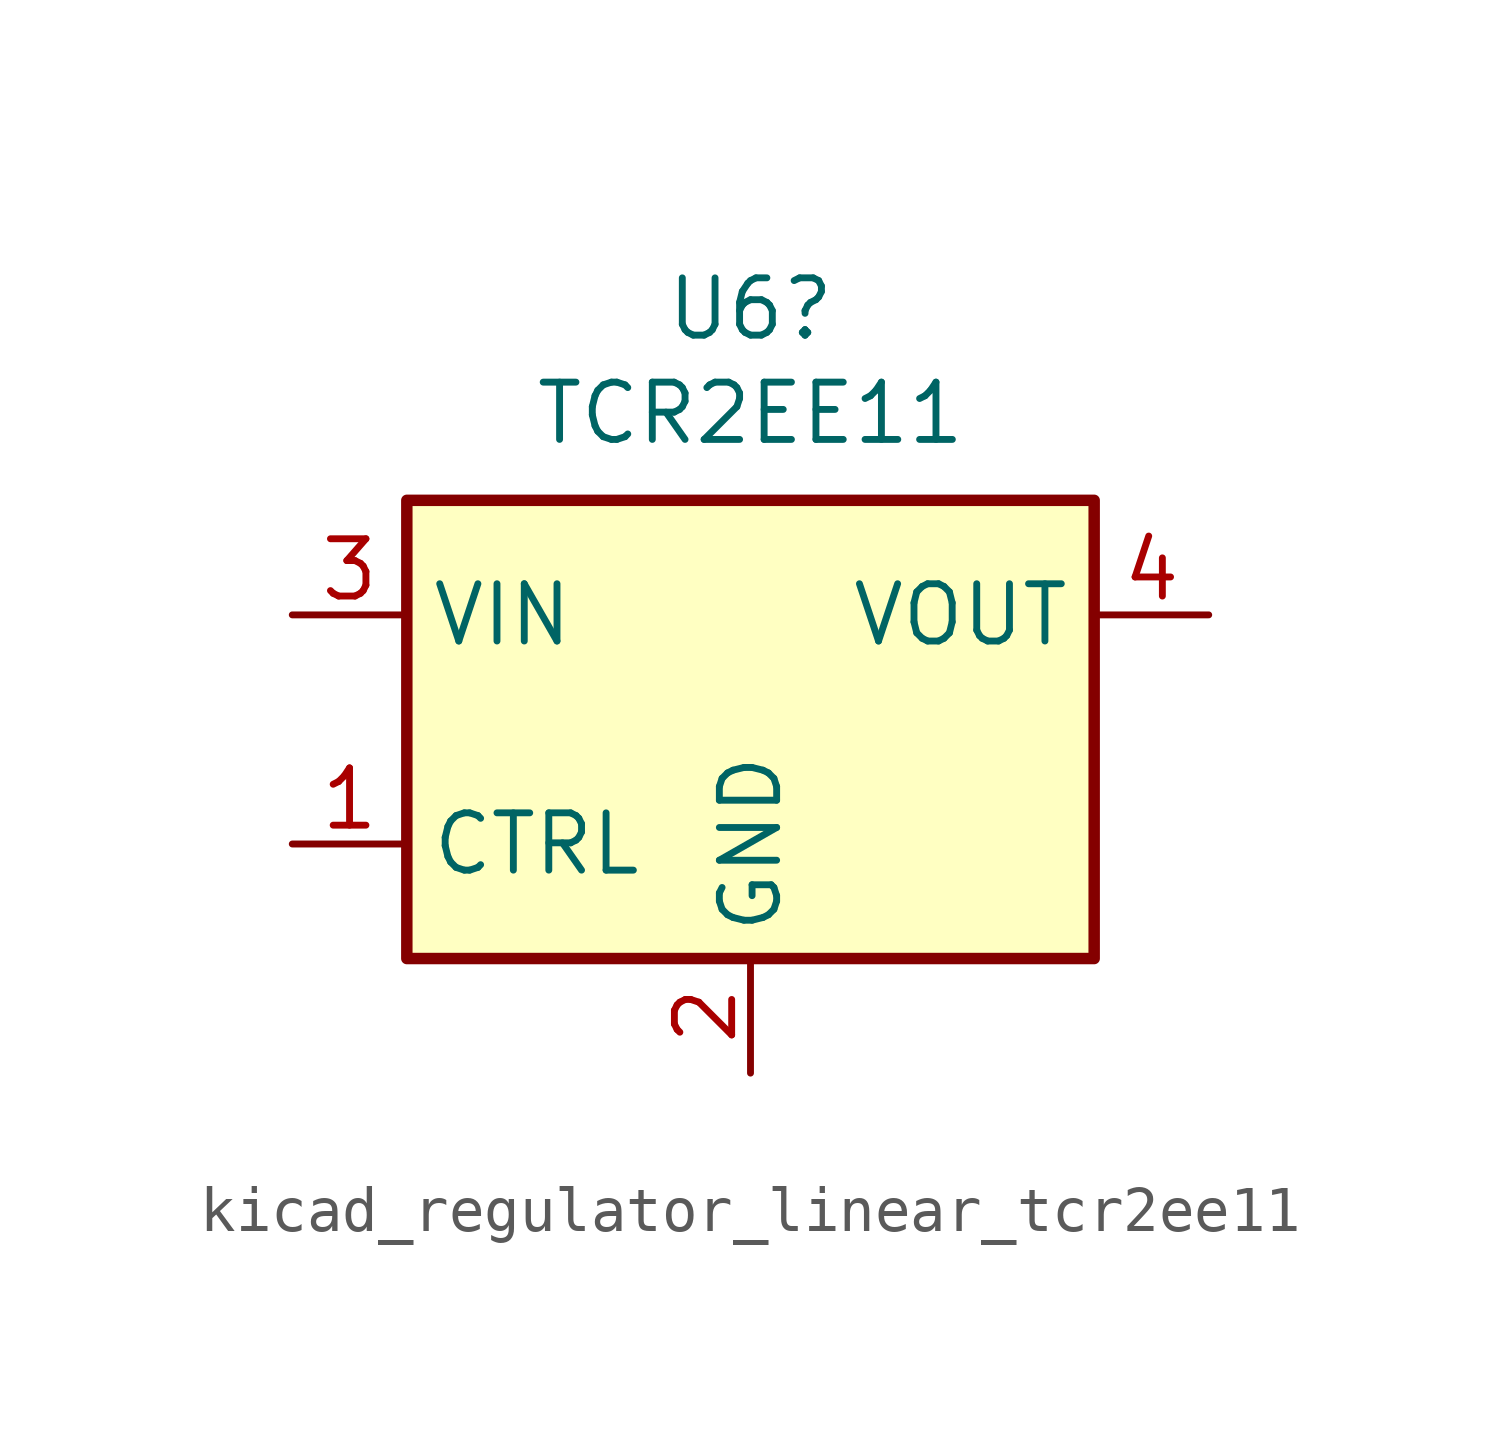
<source format=kicad_sym>
(kicad_symbol_lib
  (version 20220914)
  (generator kicad_symbol_editor)
  (symbol "kicad_regulator_linear_tcr2ee11"
    (property "Reference" "U6"
      (at 0 9.322 0)
      (effects (font (size 1.27 1.27))))
    (property "Value" "TCR2EE11"
      (at 0 7.01 0)
      (effects (font (size 1.27 1.27))))
    (symbol "kicad_regulator_linear_tcr2ee11_0_1"
      (rectangle (start -7.62 -5.08) (end 7.62 5.08) (stroke (width 0.254) (type default)) (fill (type background))))
    (symbol "kicad_regulator_linear_tcr2ee11_1_1"
      (pin input line (at -10.16 -2.54 0) (length 2.54) (name "CTRL" (effects (font (size 1.27 1.27)))) (number "1" (effects (font (size 1.27 1.27)))))
      (pin power_in line (at 0 -7.62 90) (length 2.54) (name "GND" (effects (font (size 1.27 1.27)))) (number "2" (effects (font (size 1.27 1.27)))))
      (pin power_in line (at -10.16 2.54 0) (length 2.54) (name "VIN" (effects (font (size 1.27 1.27)))) (number "3" (effects (font (size 1.27 1.27)))))
      (pin power_out line (at 10.16 2.54 180) (length 2.54) (name "VOUT" (effects (font (size 1.27 1.27)))) (number "4" (effects (font (size 1.27 1.27)))))
      (pin no_connect line (at 7.62 -2.54 180) (length 2.54) hide (name "NC" (effects (font (size 1.27 1.27)))) (number "5" (effects (font (size 1.27 1.27))))))))
</source>
